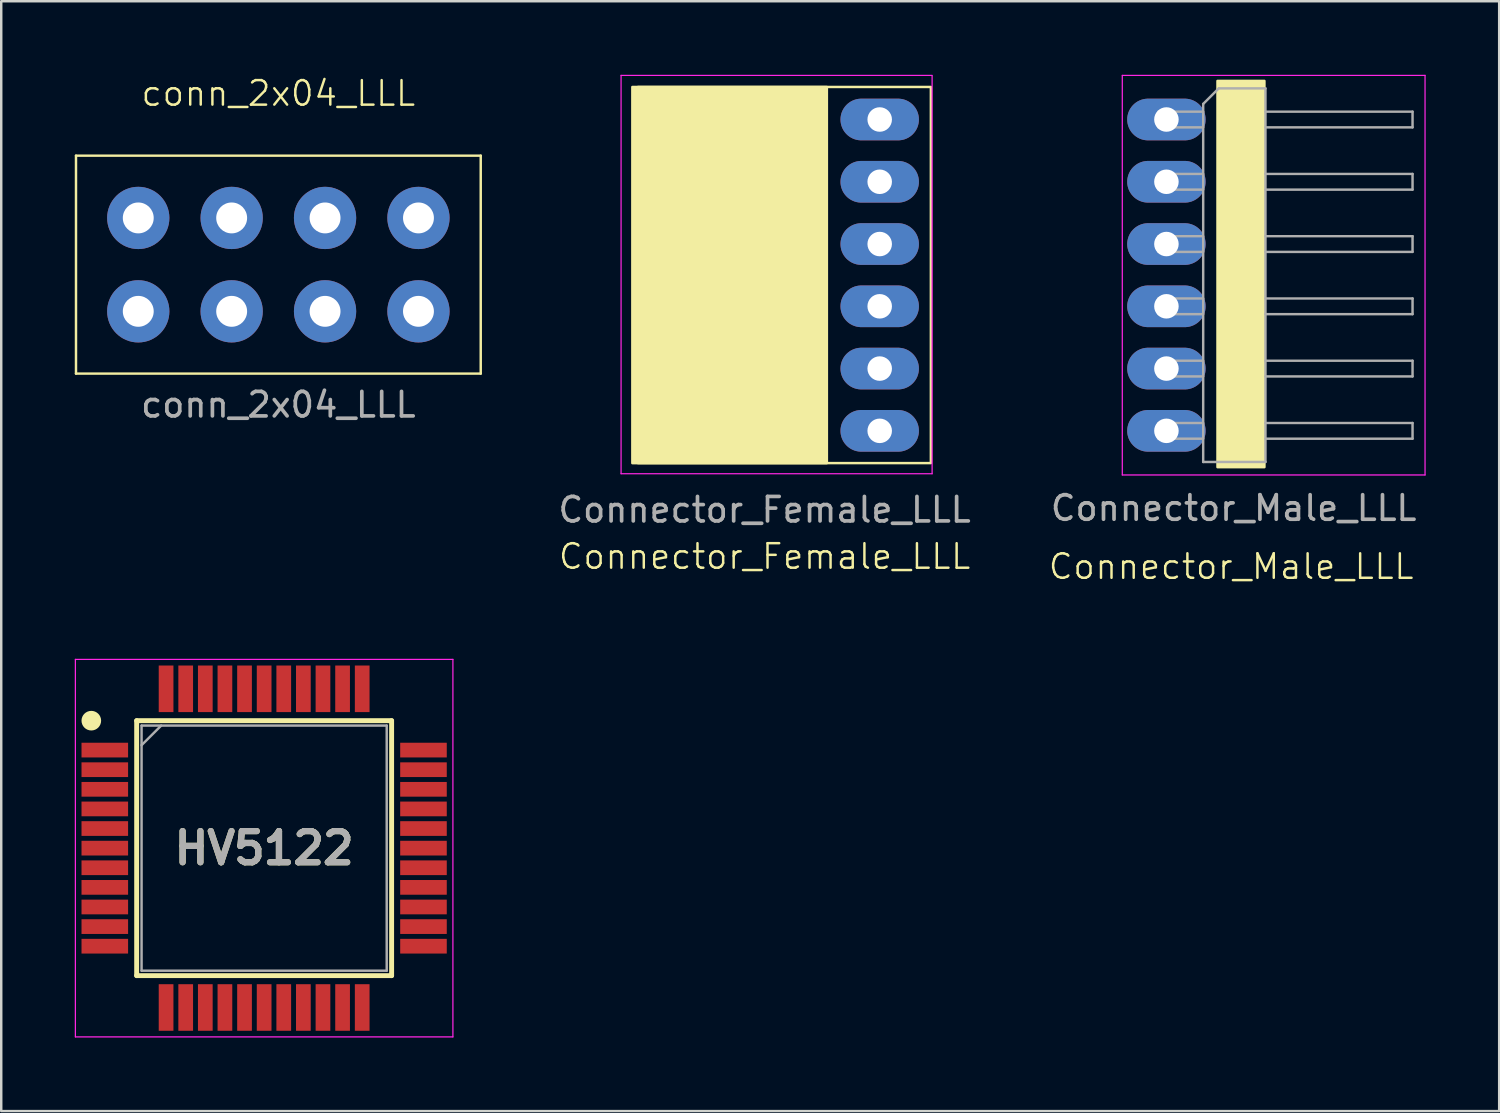
<source format=kicad_pcb>
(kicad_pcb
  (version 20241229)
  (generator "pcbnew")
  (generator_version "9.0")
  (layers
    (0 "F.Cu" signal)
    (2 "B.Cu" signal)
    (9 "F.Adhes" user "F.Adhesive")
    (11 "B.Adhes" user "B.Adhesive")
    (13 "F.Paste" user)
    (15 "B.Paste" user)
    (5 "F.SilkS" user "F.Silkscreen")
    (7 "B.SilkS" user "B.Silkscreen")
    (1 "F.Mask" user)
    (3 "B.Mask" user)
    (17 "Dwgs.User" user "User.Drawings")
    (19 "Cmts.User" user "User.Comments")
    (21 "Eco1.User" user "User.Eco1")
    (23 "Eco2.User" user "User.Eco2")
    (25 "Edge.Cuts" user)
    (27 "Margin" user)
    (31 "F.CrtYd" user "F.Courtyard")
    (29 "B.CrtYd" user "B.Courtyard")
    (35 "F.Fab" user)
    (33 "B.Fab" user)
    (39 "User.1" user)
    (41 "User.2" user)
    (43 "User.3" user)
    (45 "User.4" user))
  (footprint "Connector_Male_LLL"
    (layer "F.Cu")
    (at 47.274 8.175)
    (property "Reference" "Connector_Male_LLL" (at -0.102 11.887 0) (unlocked yes) (layer "F.SilkS") (effects (font (size 1 1) (thickness 0.1))))
    (attr through_hole)
    (fp_poly (pts (xy -0.66 -7.925) (xy 1.255 -7.925) (xy 1.255 7.832) (xy -0.66 7.832)) (stroke (width 0.1) (type solid)) (fill yes) (layer "F.SilkS"))
    (fp_line (start -4.543 -8.15) (end -4.543 8.15) (stroke (width 0.05) (type solid)) (layer "F.CrtYd"))
    (fp_line (start -4.543 8.15) (end 7.807 8.15) (stroke (width 0.05) (type solid)) (layer "F.CrtYd"))
    (fp_line (start 7.807 -8.15) (end -4.543 -8.15) (stroke (width 0.05) (type solid)) (layer "F.CrtYd"))
    (fp_line (start 7.807 8.15) (end 7.807 -8.15) (stroke (width 0.05) (type solid)) (layer "F.CrtYd"))
    (fp_line (start -3.063 -6.67) (end -3.063 -6.03) (stroke (width 0.1) (type solid)) (layer "F.Fab"))
    (fp_line (start -3.063 -6.67) (end -1.243 -6.67) (stroke (width 0.1) (type solid)) (layer "F.Fab"))
    (fp_line (start -3.063 -6.03) (end -1.243 -6.03) (stroke (width 0.1) (type solid)) (layer "F.Fab"))
    (fp_line (start -3.063 -4.13) (end -3.063 -3.49) (stroke (width 0.1) (type solid)) (layer "F.Fab"))
    (fp_line (start -3.063 -4.13) (end -1.243 -4.13) (stroke (width 0.1) (type solid)) (layer "F.Fab"))
    (fp_line (start -3.063 -3.49) (end -1.243 -3.49) (stroke (width 0.1) (type solid)) (layer "F.Fab"))
    (fp_line (start -3.063 -1.59) (end -3.063 -0.95) (stroke (width 0.1) (type solid)) (layer "F.Fab"))
    (fp_line (start -3.063 -1.59) (end -1.243 -1.59) (stroke (width 0.1) (type solid)) (layer "F.Fab"))
    (fp_line (start -3.063 -0.95) (end -1.243 -0.95) (stroke (width 0.1) (type solid)) (layer "F.Fab"))
    (fp_line (start -3.063 0.95) (end -3.063 1.59) (stroke (width 0.1) (type solid)) (layer "F.Fab"))
    (fp_line (start -3.063 0.95) (end -1.243 0.95) (stroke (width 0.1) (type solid)) (layer "F.Fab"))
    (fp_line (start -3.063 1.59) (end -1.243 1.59) (stroke (width 0.1) (type solid)) (layer "F.Fab"))
    (fp_line (start -3.063 3.49) (end -3.063 4.13) (stroke (width 0.1) (type solid)) (layer "F.Fab"))
    (fp_line (start -3.063 3.49) (end -1.243 3.49) (stroke (width 0.1) (type solid)) (layer "F.Fab"))
    (fp_line (start -3.063 4.13) (end -1.243 4.13) (stroke (width 0.1) (type solid)) (layer "F.Fab"))
    (fp_line (start -3.063 6.03) (end -3.063 6.67) (stroke (width 0.1) (type solid)) (layer "F.Fab"))
    (fp_line (start -3.063 6.03) (end -1.243 6.03) (stroke (width 0.1) (type solid)) (layer "F.Fab"))
    (fp_line (start -3.063 6.67) (end -1.243 6.67) (stroke (width 0.1) (type solid)) (layer "F.Fab"))
    (fp_line (start -1.243 -6.985) (end -0.608 -7.62) (stroke (width 0.1) (type solid)) (layer "F.Fab"))
    (fp_line (start -1.243 7.62) (end -1.243 -6.985) (stroke (width 0.1) (type solid)) (layer "F.Fab"))
    (fp_line (start -0.608 -7.62) (end 1.297 -7.62) (stroke (width 0.1) (type solid)) (layer "F.Fab"))
    (fp_line (start 1.297 -7.62) (end 1.297 7.62) (stroke (width 0.1) (type solid)) (layer "F.Fab"))
    (fp_line (start 1.297 -6.67) (end 7.297 -6.67) (stroke (width 0.1) (type solid)) (layer "F.Fab"))
    (fp_line (start 1.297 -6.03) (end 7.297 -6.03) (stroke (width 0.1) (type solid)) (layer "F.Fab"))
    (fp_line (start 1.297 -4.13) (end 7.297 -4.13) (stroke (width 0.1) (type solid)) (layer "F.Fab"))
    (fp_line (start 1.297 -3.49) (end 7.297 -3.49) (stroke (width 0.1) (type solid)) (layer "F.Fab"))
    (fp_line (start 1.297 -1.59) (end 7.297 -1.59) (stroke (width 0.1) (type solid)) (layer "F.Fab"))
    (fp_line (start 1.297 -0.95) (end 7.297 -0.95) (stroke (width 0.1) (type solid)) (layer "F.Fab"))
    (fp_line (start 1.297 0.95) (end 7.297 0.95) (stroke (width 0.1) (type solid)) (layer "F.Fab"))
    (fp_line (start 1.297 1.59) (end 7.297 1.59) (stroke (width 0.1) (type solid)) (layer "F.Fab"))
    (fp_line (start 1.297 3.49) (end 7.297 3.49) (stroke (width 0.1) (type solid)) (layer "F.Fab"))
    (fp_line (start 1.297 4.13) (end 7.297 4.13) (stroke (width 0.1) (type solid)) (layer "F.Fab"))
    (fp_line (start 1.297 6.03) (end 7.297 6.03) (stroke (width 0.1) (type solid)) (layer "F.Fab"))
    (fp_line (start 1.297 6.67) (end 7.297 6.67) (stroke (width 0.1) (type solid)) (layer "F.Fab"))
    (fp_line (start 1.297 7.62) (end -1.243 7.62) (stroke (width 0.1) (type solid)) (layer "F.Fab"))
    (fp_line (start 7.297 -6.67) (end 7.297 -6.03) (stroke (width 0.1) (type solid)) (layer "F.Fab"))
    (fp_line (start 7.297 -4.13) (end 7.297 -3.49) (stroke (width 0.1) (type solid)) (layer "F.Fab"))
    (fp_line (start 7.297 -1.59) (end 7.297 -0.95) (stroke (width 0.1) (type solid)) (layer "F.Fab"))
    (fp_line (start 7.297 0.95) (end 7.297 1.59) (stroke (width 0.1) (type solid)) (layer "F.Fab"))
    (fp_line (start 7.297 3.49) (end 7.297 4.13) (stroke (width 0.1) (type solid)) (layer "F.Fab"))
    (fp_line (start 7.297 6.03) (end 7.297 6.67) (stroke (width 0.1) (type solid)) (layer "F.Fab"))
    (fp_text user "${REFERENCE}" (at 0 9.5 0) (unlocked yes) (layer "F.Fab") (effects (font (size 1 1) (thickness 0.15))))
    (pad "1" thru_hole oval (at -2.743 -6.35) (size 3.2 1.7) (drill 1) (layers "*.Cu" "*.Mask"))
    (pad "2" thru_hole oval (at -2.743 -3.81) (size 3.2 1.7) (drill 1) (layers "*.Cu" "*.Mask"))
    (pad "3" thru_hole oval (at -2.743 -1.27) (size 3.2 1.7) (drill 1) (layers "*.Cu" "*.Mask"))
    (pad "4" thru_hole oval (at -2.743 1.27) (size 3.2 1.7) (drill 1) (layers "*.Cu" "*.Mask"))
    (pad "5" thru_hole oval (at -2.743 3.81) (size 3.2 1.7) (drill 1) (layers "*.Cu" "*.Mask"))
    (pad "6" thru_hole oval (at -2.743 6.35) (size 3.2 1.7) (drill 1) (layers "*.Cu" "*.Mask")))
  (footprint "conn_2x04_LLL"
    (layer "F.Cu")
    (at 8.305 7.745)
    (property "Reference" "conn_2x04_LLL" (at 0 -6.985 0) (unlocked yes) (layer "F.SilkS") (effects (font (size 1 1) (thickness 0.1))))
    (attr through_hole)
    (fp_line (start -8.255 -4.445) (end -8.255 4.445) (stroke (width 0.1) (type default)) (layer "F.SilkS"))
    (fp_line (start -8.255 4.445) (end 8.255 4.445) (stroke (width 0.1) (type default)) (layer "F.SilkS"))
    (fp_line (start 8.255 -4.445) (end -8.255 -4.445) (stroke (width 0.1) (type default)) (layer "F.SilkS"))
    (fp_line (start 8.255 4.445) (end 8.255 -4.445) (stroke (width 0.1) (type default)) (layer "F.SilkS"))
    (fp_text user "${REFERENCE}" (at 0 5.715 0) (unlocked yes) (layer "F.Fab") (effects (font (size 1 1) (thickness 0.15))))
    (pad "1" thru_hole circle (at -5.715 -1.905) (size 2.54 2.54) (drill 1.26) (layers "*.Cu" "*.Mask"))
    (pad "2" thru_hole circle (at -1.905 -1.905) (size 2.54 2.54) (drill 1.26) (layers "*.Cu" "*.Mask"))
    (pad "3" thru_hole circle (at 1.905 -1.905) (size 2.54 2.54) (drill 1.26) (layers "*.Cu" "*.Mask"))
    (pad "4" thru_hole circle (at 5.715 -1.905) (size 2.54 2.54) (drill 1.26) (layers "*.Cu" "*.Mask"))
    (pad "5" thru_hole circle (at -5.715 1.905) (size 2.54 2.54) (drill 1.26) (layers "*.Cu" "*.Mask"))
    (pad "6" thru_hole circle (at -1.905 1.905) (size 2.54 2.54) (drill 1.26) (layers "*.Cu" "*.Mask"))
    (pad "7" thru_hole circle (at 1.905 1.905) (size 2.54 2.54) (drill 1.26) (layers "*.Cu" "*.Mask"))
    (pad "8" thru_hole circle (at 5.715 1.905) (size 2.54 2.54) (drill 1.26) (layers "*.Cu" "*.Mask")))
  (footprint "HV5122"
    (layer "F.Cu")
    (at 7.725 31.548)
    (property "Reference" "HV5122" (at 0 0 0) (layer "F.SilkS") (effects (font (size 1.27 1.27) (thickness 0.254))))
    (attr smd)
    (fp_line (start -5.2 -5.2) (end 5.2 -5.2) (stroke (width 0.2) (type solid)) (layer "F.SilkS"))
    (fp_line (start -5.2 5.2) (end -5.2 -5.2) (stroke (width 0.2) (type solid)) (layer "F.SilkS"))
    (fp_line (start 5.2 -5.2) (end 5.2 5.2) (stroke (width 0.2) (type solid)) (layer "F.SilkS"))
    (fp_line (start 5.2 5.2) (end -5.2 5.2) (stroke (width 0.2) (type solid)) (layer "F.SilkS"))
    (fp_circle (center -7.05 -5.2) (end -7.05 -5) (stroke (width 0.4) (type solid)) (fill no) (layer "F.SilkS"))
    (fp_line (start -7.7 -7.7) (end 7.7 -7.7) (stroke (width 0.05) (type solid)) (layer "F.CrtYd"))
    (fp_line (start -7.7 7.7) (end -7.7 -7.7) (stroke (width 0.05) (type solid)) (layer "F.CrtYd"))
    (fp_line (start 7.7 -7.7) (end 7.7 7.7) (stroke (width 0.05) (type solid)) (layer "F.CrtYd"))
    (fp_line (start 7.7 7.7) (end -7.7 7.7) (stroke (width 0.05) (type solid)) (layer "F.CrtYd"))
    (fp_line (start -5 -5) (end 5 -5) (stroke (width 0.1) (type solid)) (layer "F.Fab"))
    (fp_line (start -5 -4.2) (end -4.2 -5) (stroke (width 0.1) (type solid)) (layer "F.Fab"))
    (fp_line (start -5 5) (end -5 -5) (stroke (width 0.1) (type solid)) (layer "F.Fab"))
    (fp_line (start 5 -5) (end 5 5) (stroke (width 0.1) (type solid)) (layer "F.Fab"))
    (fp_line (start 5 5) (end -5 5) (stroke (width 0.1) (type solid)) (layer "F.Fab"))
    (fp_text user "${REFERENCE}" (at 0 0 0) (layer "F.Fab") (effects (font (size 1.27 1.27) (thickness 0.254))))
    (pad "1" smd rect (at -6.5 -4 90) (size 0.6 1.9) (layers "F.Cu" "F.Mask" "F.Paste"))
    (pad "2" smd rect (at -6.5 -3.2 90) (size 0.6 1.9) (layers "F.Cu" "F.Mask" "F.Paste"))
    (pad "3" smd rect (at -6.5 -2.4 90) (size 0.6 1.9) (layers "F.Cu" "F.Mask" "F.Paste"))
    (pad "4" smd rect (at -6.5 -1.6 90) (size 0.6 1.9) (layers "F.Cu" "F.Mask" "F.Paste"))
    (pad "5" smd rect (at -6.5 -0.8 90) (size 0.6 1.9) (layers "F.Cu" "F.Mask" "F.Paste"))
    (pad "6" smd rect (at -6.5 0 90) (size 0.6 1.9) (layers "F.Cu" "F.Mask" "F.Paste"))
    (pad "7" smd rect (at -6.5 0.8 90) (size 0.6 1.9) (layers "F.Cu" "F.Mask" "F.Paste"))
    (pad "8" smd rect (at -6.5 1.6 90) (size 0.6 1.9) (layers "F.Cu" "F.Mask" "F.Paste"))
    (pad "9" smd rect (at -6.5 2.4 90) (size 0.6 1.9) (layers "F.Cu" "F.Mask" "F.Paste"))
    (pad "10" smd rect (at -6.5 3.2 90) (size 0.6 1.9) (layers "F.Cu" "F.Mask" "F.Paste"))
    (pad "11" smd rect (at -6.5 4 90) (size 0.6 1.9) (layers "F.Cu" "F.Mask" "F.Paste"))
    (pad "12" smd rect (at -4 6.5) (size 0.6 1.9) (layers "F.Cu" "F.Mask" "F.Paste"))
    (pad "13" smd rect (at -3.2 6.5) (size 0.6 1.9) (layers "F.Cu" "F.Mask" "F.Paste"))
    (pad "14" smd rect (at -2.4 6.5) (size 0.6 1.9) (layers "F.Cu" "F.Mask" "F.Paste"))
    (pad "15" smd rect (at -1.6 6.5) (size 0.6 1.9) (layers "F.Cu" "F.Mask" "F.Paste"))
    (pad "16" smd rect (at -0.8 6.5) (size 0.6 1.9) (layers "F.Cu" "F.Mask" "F.Paste"))
    (pad "17" smd rect (at 0 6.5) (size 0.6 1.9) (layers "F.Cu" "F.Mask" "F.Paste"))
    (pad "18" smd rect (at 0.8 6.5) (size 0.6 1.9) (layers "F.Cu" "F.Mask" "F.Paste"))
    (pad "19" smd rect (at 1.6 6.5) (size 0.6 1.9) (layers "F.Cu" "F.Mask" "F.Paste"))
    (pad "20" smd rect (at 2.4 6.5) (size 0.6 1.9) (layers "F.Cu" "F.Mask" "F.Paste"))
    (pad "21" smd rect (at 3.2 6.5) (size 0.6 1.9) (layers "F.Cu" "F.Mask" "F.Paste"))
    (pad "22" smd rect (at 4 6.5) (size 0.6 1.9) (layers "F.Cu" "F.Mask" "F.Paste"))
    (pad "23" smd rect (at 6.5 4 90) (size 0.6 1.9) (layers "F.Cu" "F.Mask" "F.Paste"))
    (pad "24" smd rect (at 6.5 3.2 90) (size 0.6 1.9) (layers "F.Cu" "F.Mask" "F.Paste"))
    (pad "25" smd rect (at 6.5 2.4 90) (size 0.6 1.9) (layers "F.Cu" "F.Mask" "F.Paste"))
    (pad "26" smd rect (at 6.5 1.6 90) (size 0.6 1.9) (layers "F.Cu" "F.Mask" "F.Paste"))
    (pad "27" smd rect (at 6.5 0.8 90) (size 0.6 1.9) (layers "F.Cu" "F.Mask" "F.Paste"))
    (pad "28" smd rect (at 6.5 0 90) (size 0.6 1.9) (layers "F.Cu" "F.Mask" "F.Paste"))
    (pad "29" smd rect (at 6.5 -0.8 90) (size 0.6 1.9) (layers "F.Cu" "F.Mask" "F.Paste"))
    (pad "30" smd rect (at 6.5 -1.6 90) (size 0.6 1.9) (layers "F.Cu" "F.Mask" "F.Paste"))
    (pad "31" smd rect (at 6.5 -2.4 90) (size 0.6 1.9) (layers "F.Cu" "F.Mask" "F.Paste"))
    (pad "32" smd rect (at 6.5 -3.2 90) (size 0.6 1.9) (layers "F.Cu" "F.Mask" "F.Paste"))
    (pad "33" smd rect (at 6.5 -4 90) (size 0.6 1.9) (layers "F.Cu" "F.Mask" "F.Paste"))
    (pad "34" smd rect (at 4 -6.5) (size 0.6 1.9) (layers "F.Cu" "F.Mask" "F.Paste"))
    (pad "35" smd rect (at 3.2 -6.5) (size 0.6 1.9) (layers "F.Cu" "F.Mask" "F.Paste"))
    (pad "36" smd rect (at 2.4 -6.5) (size 0.6 1.9) (layers "F.Cu" "F.Mask" "F.Paste"))
    (pad "37" smd rect (at 1.6 -6.5) (size 0.6 1.9) (layers "F.Cu" "F.Mask" "F.Paste"))
    (pad "38" smd rect (at 0.8 -6.5) (size 0.6 1.9) (layers "F.Cu" "F.Mask" "F.Paste"))
    (pad "39" smd rect (at 0 -6.5) (size 0.6 1.9) (layers "F.Cu" "F.Mask" "F.Paste"))
    (pad "40" smd rect (at -0.8 -6.5) (size 0.6 1.9) (layers "F.Cu" "F.Mask" "F.Paste"))
    (pad "41" smd rect (at -1.6 -6.5) (size 0.6 1.9) (layers "F.Cu" "F.Mask" "F.Paste"))
    (pad "42" smd rect (at -2.4 -6.5) (size 0.6 1.9) (layers "F.Cu" "F.Mask" "F.Paste"))
    (pad "43" smd rect (at -3.2 -6.5) (size 0.6 1.9) (layers "F.Cu" "F.Mask" "F.Paste"))
    (pad "44" smd rect (at -4 -6.5) (size 0.6 1.9) (layers "F.Cu" "F.Mask" "F.Paste")))
  (footprint "Connector_Female_LLL"
    (layer "F.Cu")
    (at 32.585 8.22)
    (property "Reference" "Connector_Female_LLL" (at -4.445 11.43 0) (unlocked yes) (layer "F.SilkS") (effects (font (size 1 1) (thickness 0.1))))
    (attr through_hole)
    (fp_rect (start -9.611 -7.723) (end 2.337 7.621) (stroke (width 0.1) (type default)) (fill no) (layer "F.SilkS"))
    (fp_poly (pts (xy -9.84 -7.722) (xy -9.84 7.623) (xy -1.905 7.623) (xy -1.905 -7.722)) (stroke (width 0.1) (type solid)) (fill yes) (layer "F.SilkS"))
    (fp_line (start -10.3 -8.195) (end -10.3 8.055) (stroke (width 0.05) (type solid)) (layer "F.CrtYd"))
    (fp_line (start -10.3 8.055) (end 2.388 8.055) (stroke (width 0.05) (type solid)) (layer "F.CrtYd"))
    (fp_line (start 2.388 -8.195) (end -10.3 -8.195) (stroke (width 0.05) (type solid)) (layer "F.CrtYd"))
    (fp_line (start 2.388 8.055) (end 2.388 -8.179) (stroke (width 0.05) (type solid)) (layer "F.CrtYd"))
    (fp_text user "${REFERENCE}" (at -4.445 9.525 0) (unlocked yes) (layer "F.Fab") (effects (font (size 1 1) (thickness 0.15))))
    (pad "1" thru_hole oval (at 0.25 -6.395) (size 3.2 1.7) (drill 1) (layers "*.Cu" "*.Mask"))
    (pad "2" thru_hole oval (at 0.25 -3.855) (size 3.2 1.7) (drill 1) (layers "*.Cu" "*.Mask"))
    (pad "3" thru_hole oval (at 0.25 -1.315) (size 3.2 1.7) (drill 1) (layers "*.Cu" "*.Mask"))
    (pad "4" thru_hole oval (at 0.25 1.225) (size 3.2 1.7) (drill 1) (layers "*.Cu" "*.Mask"))
    (pad "5" thru_hole oval (at 0.25 3.765) (size 3.2 1.7) (drill 1) (layers "*.Cu" "*.Mask"))
    (pad "6" thru_hole oval (at 0.25 6.305) (size 3.2 1.7) (drill 1) (layers "*.Cu" "*.Mask")))
  (gr_rect
    (start -3 -3)
    (end 58.105 42.273)
    (stroke (width 0.1) (type default))
    (fill no)
    (layer "Edge.Cuts")))
</source>
